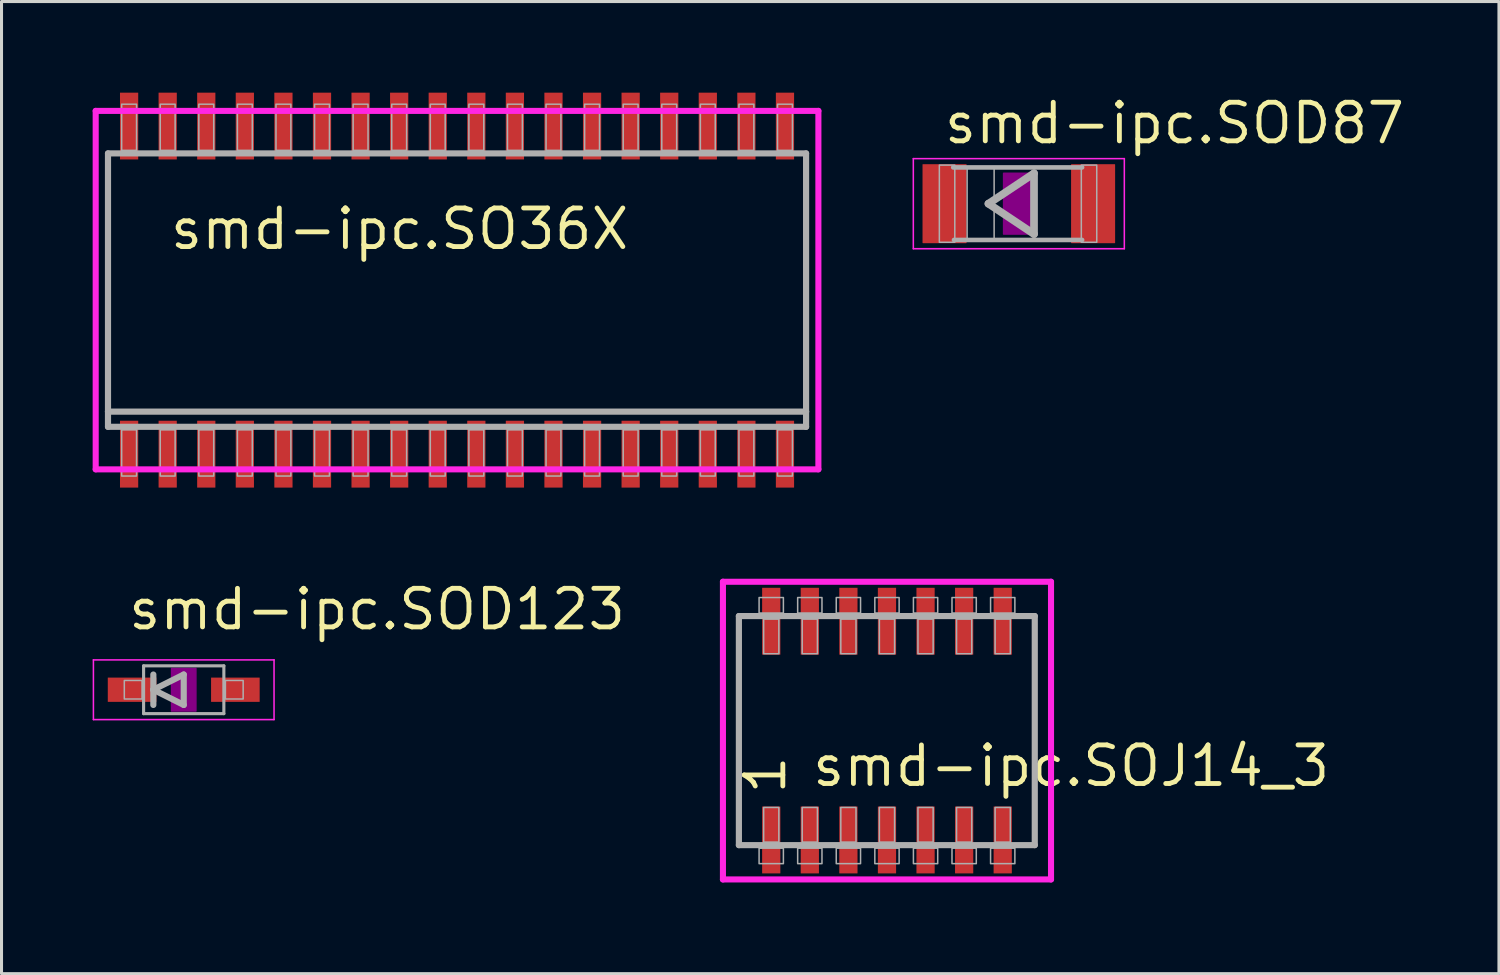
<source format=kicad_pcb>
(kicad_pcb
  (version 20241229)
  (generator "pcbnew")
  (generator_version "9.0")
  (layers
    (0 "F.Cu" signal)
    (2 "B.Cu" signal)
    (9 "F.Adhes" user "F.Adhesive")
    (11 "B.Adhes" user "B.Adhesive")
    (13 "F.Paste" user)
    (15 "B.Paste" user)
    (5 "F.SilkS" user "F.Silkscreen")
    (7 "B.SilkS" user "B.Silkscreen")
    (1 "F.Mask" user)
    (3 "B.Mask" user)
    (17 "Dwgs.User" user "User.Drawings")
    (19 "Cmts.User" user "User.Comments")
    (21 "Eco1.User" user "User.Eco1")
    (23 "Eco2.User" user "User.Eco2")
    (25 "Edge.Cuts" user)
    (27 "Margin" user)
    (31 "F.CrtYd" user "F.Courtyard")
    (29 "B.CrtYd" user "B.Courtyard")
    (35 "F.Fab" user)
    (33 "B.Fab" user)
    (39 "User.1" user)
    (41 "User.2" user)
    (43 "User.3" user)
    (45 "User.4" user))
  (footprint "smd-ipc.SOJ14_3"
    (layer "F.Cu")
    (at 26.148 21)
    (property "Reference" "smd-ipc.SOJ14_3" (at -2.54 1.905 0) (layer "F.SilkS") (effects (font (size 1.27 1.27) (thickness 0.16)) (justify left bottom)))
    (attr smd)
    (fp_line (start -5.4 -4.9) (end 5.4 -4.9) (stroke (width 0.2) (type default)) (layer "F.CrtYd"))
    (fp_line (start -5.4 4.9) (end -5.4 -4.9) (stroke (width 0.2) (type default)) (layer "F.CrtYd"))
    (fp_line (start 5.4 -4.9) (end 5.4 4.9) (stroke (width 0.2) (type default)) (layer "F.CrtYd"))
    (fp_line (start 5.4 4.9) (end -5.4 4.9) (stroke (width 0.2) (type default)) (layer "F.CrtYd"))
    (fp_line (start -4.875 -3.77) (end 4.865 -3.77) (stroke (width 0.203) (type default)) (layer "F.Fab"))
    (fp_line (start -4.875 3.77) (end -4.875 -3.77) (stroke (width 0.203) (type default)) (layer "F.Fab"))
    (fp_line (start 4.865 -3.77) (end 4.865 3.77) (stroke (width 0.203) (type default)) (layer "F.Fab"))
    (fp_line (start 4.865 3.77) (end -4.875 3.77) (stroke (width 0.203) (type default)) (layer "F.Fab"))
    (fp_rect (start -4.21 -3.87) (end -3.41 -4.38) (stroke (width 0.05) (type default)) (fill no) (layer "F.Fab"))
    (fp_rect (start -4.21 4.38) (end -3.41 3.87) (stroke (width 0.05) (type default)) (fill no) (layer "F.Fab"))
    (fp_rect (start -4.06 -2.53) (end -3.56 -3.67) (stroke (width 0.05) (type default)) (fill no) (layer "F.Fab"))
    (fp_rect (start -4.06 3.67) (end -3.56 2.53) (stroke (width 0.05) (type default)) (fill no) (layer "F.Fab"))
    (fp_rect (start -2.94 -3.87) (end -2.14 -4.38) (stroke (width 0.05) (type default)) (fill no) (layer "F.Fab"))
    (fp_rect (start -2.94 4.38) (end -2.14 3.87) (stroke (width 0.05) (type default)) (fill no) (layer "F.Fab"))
    (fp_rect (start -2.79 -2.53) (end -2.29 -3.67) (stroke (width 0.05) (type default)) (fill no) (layer "F.Fab"))
    (fp_rect (start -2.79 3.67) (end -2.29 2.53) (stroke (width 0.05) (type default)) (fill no) (layer "F.Fab"))
    (fp_rect (start -1.67 -3.87) (end -0.87 -4.38) (stroke (width 0.05) (type default)) (fill no) (layer "F.Fab"))
    (fp_rect (start -1.67 4.38) (end -0.87 3.87) (stroke (width 0.05) (type default)) (fill no) (layer "F.Fab"))
    (fp_rect (start -1.52 -2.53) (end -1.02 -3.67) (stroke (width 0.05) (type default)) (fill no) (layer "F.Fab"))
    (fp_rect (start -1.52 3.67) (end -1.02 2.53) (stroke (width 0.05) (type default)) (fill no) (layer "F.Fab"))
    (fp_rect (start -0.4 -3.87) (end 0.4 -4.38) (stroke (width 0.05) (type default)) (fill no) (layer "F.Fab"))
    (fp_rect (start -0.4 4.38) (end 0.4 3.87) (stroke (width 0.05) (type default)) (fill no) (layer "F.Fab"))
    (fp_rect (start -0.25 -2.53) (end 0.25 -3.67) (stroke (width 0.05) (type default)) (fill no) (layer "F.Fab"))
    (fp_rect (start -0.25 3.67) (end 0.25 2.53) (stroke (width 0.05) (type default)) (fill no) (layer "F.Fab"))
    (fp_rect (start 0.87 -3.87) (end 1.67 -4.38) (stroke (width 0.05) (type default)) (fill no) (layer "F.Fab"))
    (fp_rect (start 0.87 4.38) (end 1.67 3.87) (stroke (width 0.05) (type default)) (fill no) (layer "F.Fab"))
    (fp_rect (start 1.02 -2.53) (end 1.52 -3.67) (stroke (width 0.05) (type default)) (fill no) (layer "F.Fab"))
    (fp_rect (start 1.02 3.67) (end 1.52 2.53) (stroke (width 0.05) (type default)) (fill no) (layer "F.Fab"))
    (fp_rect (start 2.14 -3.87) (end 2.94 -4.38) (stroke (width 0.05) (type default)) (fill no) (layer "F.Fab"))
    (fp_rect (start 2.14 4.38) (end 2.94 3.87) (stroke (width 0.05) (type default)) (fill no) (layer "F.Fab"))
    (fp_rect (start 2.29 -2.53) (end 2.79 -3.67) (stroke (width 0.05) (type default)) (fill no) (layer "F.Fab"))
    (fp_rect (start 2.29 3.67) (end 2.79 2.53) (stroke (width 0.05) (type default)) (fill no) (layer "F.Fab"))
    (fp_rect (start 3.41 -3.87) (end 4.21 -4.38) (stroke (width 0.05) (type default)) (fill no) (layer "F.Fab"))
    (fp_rect (start 3.41 4.38) (end 4.21 3.87) (stroke (width 0.05) (type default)) (fill no) (layer "F.Fab"))
    (fp_rect (start 3.56 -2.53) (end 4.06 -3.67) (stroke (width 0.05) (type default)) (fill no) (layer "F.Fab"))
    (fp_rect (start 3.56 3.67) (end 4.06 2.53) (stroke (width 0.05) (type default)) (fill no) (layer "F.Fab"))
    (fp_text user "1" (at -3.265 2.17 90) (layer "F.SilkS") (effects (font (size 1.27 1.27) (thickness 0.16)) (justify left bottom)))
    (pad "1" smd roundrect (at -3.81 3.6) (size 0.6 2.2) (layers "F.Cu" "F.Mask" "F.Paste") (roundrect_rratio 0.01))
    (pad "2" smd roundrect (at -2.54 3.6) (size 0.6 2.2) (layers "F.Cu" "F.Mask" "F.Paste") (roundrect_rratio 0.01))
    (pad "3" smd roundrect (at -1.27 3.6) (size 0.6 2.2) (layers "F.Cu" "F.Mask" "F.Paste") (roundrect_rratio 0.01))
    (pad "4" smd roundrect (at 0 3.6) (size 0.6 2.2) (layers "F.Cu" "F.Mask" "F.Paste") (roundrect_rratio 0.01))
    (pad "5" smd roundrect (at 1.27 3.6) (size 0.6 2.2) (layers "F.Cu" "F.Mask" "F.Paste") (roundrect_rratio 0.01))
    (pad "6" smd roundrect (at 2.54 3.6) (size 0.6 2.2) (layers "F.Cu" "F.Mask" "F.Paste") (roundrect_rratio 0.01))
    (pad "7" smd roundrect (at 3.81 3.6) (size 0.6 2.2) (layers "F.Cu" "F.Mask" "F.Paste") (roundrect_rratio 0.01))
    (pad "8" smd roundrect (at 3.81 -3.6) (size 0.6 2.2) (layers "F.Cu" "F.Mask" "F.Paste") (roundrect_rratio 0.01))
    (pad "9" smd roundrect (at 2.54 -3.6) (size 0.6 2.2) (layers "F.Cu" "F.Mask" "F.Paste") (roundrect_rratio 0.01))
    (pad "10" smd roundrect (at 1.27 -3.6) (size 0.6 2.2) (layers "F.Cu" "F.Mask" "F.Paste") (roundrect_rratio 0.01))
    (pad "11" smd roundrect (at 0 -3.6) (size 0.6 2.2) (layers "F.Cu" "F.Mask" "F.Paste") (roundrect_rratio 0.01))
    (pad "12" smd roundrect (at -1.27 -3.6) (size 0.6 2.2) (layers "F.Cu" "F.Mask" "F.Paste") (roundrect_rratio 0.01))
    (pad "13" smd roundrect (at -2.54 -3.6) (size 0.6 2.2) (layers "F.Cu" "F.Mask" "F.Paste") (roundrect_rratio 0.01))
    (pad "14" smd roundrect (at -3.81 -3.6) (size 0.6 2.2) (layers "F.Cu" "F.Mask" "F.Paste") (roundrect_rratio 0.01)))
  (footprint "smd-ipc.SOD123"
    (layer "F.Cu")
    (at 2.998 19.655)
    (property "Reference" "smd-ipc.SOD123" (at -1.905 -1.905 0) (layer "F.SilkS") (effects (font (size 1.27 1.27) (thickness 0.16)) (justify left bottom)))
    (attr smd)
    (fp_rect (start -0.4 0.7) (end 0.4 -0.7) (stroke (width 0.05) (type default)) (fill yes) (layer "F.Adhes"))
    (fp_line (start -2.973 -0.983) (end 2.973 -0.983) (stroke (width 0.051) (type default)) (layer "F.CrtYd"))
    (fp_line (start -2.973 0.983) (end -2.973 -0.983) (stroke (width 0.051) (type default)) (layer "F.CrtYd"))
    (fp_line (start 2.973 -0.983) (end 2.973 0.983) (stroke (width 0.051) (type default)) (layer "F.CrtYd"))
    (fp_line (start 2.973 0.983) (end -2.973 0.983) (stroke (width 0.051) (type default)) (layer "F.CrtYd"))
    (fp_line (start -1.321 -0.787) (end 1.321 -0.787) (stroke (width 0.102) (type default)) (layer "F.Fab"))
    (fp_line (start -1.321 0.787) (end -1.321 -0.787) (stroke (width 0.102) (type default)) (layer "F.Fab"))
    (fp_line (start -1.321 0.787) (end 1.321 0.787) (stroke (width 0.102) (type default)) (layer "F.Fab"))
    (fp_line (start -1 -0.5) (end -1 0) (stroke (width 0.203) (type default)) (layer "F.Fab"))
    (fp_line (start -1 0) (end -1 0.5) (stroke (width 0.203) (type default)) (layer "F.Fab"))
    (fp_line (start -1 0) (end 0 -0.5) (stroke (width 0.203) (type default)) (layer "F.Fab"))
    (fp_line (start 0 -0.5) (end 0 0.5) (stroke (width 0.203) (type default)) (layer "F.Fab"))
    (fp_line (start 0 0.5) (end -1 0) (stroke (width 0.203) (type default)) (layer "F.Fab"))
    (fp_line (start 1.321 0.787) (end 1.321 -0.787) (stroke (width 0.102) (type default)) (layer "F.Fab"))
    (fp_rect (start -1.956 0.305) (end -1.372 -0.305) (stroke (width 0.05) (type default)) (fill no) (layer "F.Fab"))
    (fp_rect (start 1.372 0.305) (end 1.956 -0.305) (stroke (width 0.05) (type default)) (fill no) (layer "F.Fab"))
    (pad "1" smd roundrect (at -1.7 0) (size 1.6 0.8) (layers "F.Cu" "F.Mask" "F.Paste") (roundrect_rratio 0.01))
    (pad "2" smd roundrect (at 1.7 0) (size 1.6 0.8) (layers "F.Cu" "F.Mask" "F.Paste") (roundrect_rratio 0.01)))
  (footprint "smd-ipc.SOD87"
    (layer "F.Cu")
    (at 30.488 3.655)
    (property "Reference" "smd-ipc.SOD87" (at -2.54 -1.905 0) (layer "F.SilkS") (effects (font (size 1.27 1.27) (thickness 0.16)) (justify left bottom)))
    (attr smd)
    (fp_rect (start -0.5 1) (end 0.5 -1) (stroke (width 0.05) (type default)) (fill yes) (layer "F.Adhes"))
    (fp_line (start -3.473 -1.483) (end 3.473 -1.483) (stroke (width 0.051) (type default)) (layer "F.CrtYd"))
    (fp_line (start -3.473 1.483) (end -3.473 -1.483) (stroke (width 0.051) (type default)) (layer "F.CrtYd"))
    (fp_line (start 3.473 -1.483) (end 3.473 1.483) (stroke (width 0.051) (type default)) (layer "F.CrtYd"))
    (fp_line (start 3.473 1.483) (end -3.473 1.483) (stroke (width 0.051) (type default)) (layer "F.CrtYd"))
    (fp_line (start -1 0) (end 0.5 -1) (stroke (width 0.254) (type default)) (layer "F.Fab"))
    (fp_line (start 0.5 -1) (end 0.5 1) (stroke (width 0.254) (type default)) (layer "F.Fab"))
    (fp_line (start 0.5 1) (end -1 0) (stroke (width 0.254) (type default)) (layer "F.Fab"))
    (fp_line (start 2.083 -1.194) (end -2.159 -1.194) (stroke (width 0.152) (type default)) (layer "F.Fab"))
    (fp_line (start 2.083 1.194) (end -2.134 1.194) (stroke (width 0.152) (type default)) (layer "F.Fab"))
    (fp_rect (start -2.616 1.27) (end -2.108 -1.27) (stroke (width 0.05) (type default)) (fill no) (layer "F.Fab"))
    (fp_rect (start -1.702 1.194) (end -0.813 -1.194) (stroke (width 0.05) (type default)) (fill no) (layer "F.Fab"))
    (fp_rect (start 2.057 1.27) (end 2.565 -1.27) (stroke (width 0.05) (type default)) (fill no) (layer "F.Fab"))
    (pad "1" smd roundrect (at -2.445 0) (size 1.45 2.6) (layers "F.Cu" "F.Mask" "F.Paste") (roundrect_rratio 0.01))
    (pad "2" smd roundrect (at 2.445 0) (size 1.45 2.6) (layers "F.Cu" "F.Mask" "F.Paste") (roundrect_rratio 0.01)))
  (footprint "smd-ipc.SO36X"
    (layer "F.Cu")
    (at 11.995 6.5)
    (property "Reference" "smd-ipc.SO36X" (at -9.525 -1.27 0) (layer "F.SilkS") (effects (font (size 1.27 1.27) (thickness 0.16)) (justify left bottom)))
    (attr smd)
    (fp_line (start -11.895 -5.9) (end 11.895 -5.9) (stroke (width 0.2) (type default)) (layer "F.CrtYd"))
    (fp_line (start -11.895 5.9) (end -11.895 -5.9) (stroke (width 0.2) (type default)) (layer "F.CrtYd"))
    (fp_line (start 11.895 -5.9) (end 11.895 5.9) (stroke (width 0.2) (type default)) (layer "F.CrtYd"))
    (fp_line (start 11.895 5.9) (end -11.895 5.9) (stroke (width 0.2) (type default)) (layer "F.CrtYd"))
    (fp_line (start -11.49 -4.5) (end 11.49 -4.5) (stroke (width 0.203) (type default)) (layer "F.Fab"))
    (fp_line (start -11.49 4) (end -11.49 -4.5) (stroke (width 0.203) (type default)) (layer "F.Fab"))
    (fp_line (start -11.49 4.5) (end -11.49 4) (stroke (width 0.203) (type default)) (layer "F.Fab"))
    (fp_line (start 11.49 -4.5) (end 11.49 4) (stroke (width 0.203) (type default)) (layer "F.Fab"))
    (fp_line (start 11.49 4) (end -11.49 4) (stroke (width 0.203) (type default)) (layer "F.Fab"))
    (fp_line (start 11.49 4) (end 11.49 4.5) (stroke (width 0.203) (type default)) (layer "F.Fab"))
    (fp_line (start 11.49 4.5) (end -11.49 4.5) (stroke (width 0.203) (type default)) (layer "F.Fab"))
    (fp_rect (start -11.04 -4.6) (end -10.55 -6.12) (stroke (width 0.05) (type default)) (fill no) (layer "F.Fab"))
    (fp_rect (start -11.04 6.12) (end -10.55 4.6) (stroke (width 0.05) (type default)) (fill no) (layer "F.Fab"))
    (fp_rect (start -9.77 -4.6) (end -9.28 -6.12) (stroke (width 0.05) (type default)) (fill no) (layer "F.Fab"))
    (fp_rect (start -9.77 6.12) (end -9.28 4.6) (stroke (width 0.05) (type default)) (fill no) (layer "F.Fab"))
    (fp_rect (start -8.5 -4.6) (end -8.01 -6.12) (stroke (width 0.05) (type default)) (fill no) (layer "F.Fab"))
    (fp_rect (start -8.5 6.12) (end -8.01 4.6) (stroke (width 0.05) (type default)) (fill no) (layer "F.Fab"))
    (fp_rect (start -7.23 -4.6) (end -6.74 -6.12) (stroke (width 0.05) (type default)) (fill no) (layer "F.Fab"))
    (fp_rect (start -7.23 6.12) (end -6.74 4.6) (stroke (width 0.05) (type default)) (fill no) (layer "F.Fab"))
    (fp_rect (start -5.96 -4.6) (end -5.47 -6.12) (stroke (width 0.05) (type default)) (fill no) (layer "F.Fab"))
    (fp_rect (start -5.96 6.12) (end -5.47 4.6) (stroke (width 0.05) (type default)) (fill no) (layer "F.Fab"))
    (fp_rect (start -4.69 -4.6) (end -4.2 -6.12) (stroke (width 0.05) (type default)) (fill no) (layer "F.Fab"))
    (fp_rect (start -4.69 6.12) (end -4.2 4.6) (stroke (width 0.05) (type default)) (fill no) (layer "F.Fab"))
    (fp_rect (start -3.42 -4.6) (end -2.93 -6.12) (stroke (width 0.05) (type default)) (fill no) (layer "F.Fab"))
    (fp_rect (start -3.42 6.12) (end -2.93 4.6) (stroke (width 0.05) (type default)) (fill no) (layer "F.Fab"))
    (fp_rect (start -2.15 -4.6) (end -1.66 -6.12) (stroke (width 0.05) (type default)) (fill no) (layer "F.Fab"))
    (fp_rect (start -2.15 6.12) (end -1.66 4.6) (stroke (width 0.05) (type default)) (fill no) (layer "F.Fab"))
    (fp_rect (start -0.88 -4.6) (end -0.39 -6.12) (stroke (width 0.05) (type default)) (fill no) (layer "F.Fab"))
    (fp_rect (start -0.88 6.12) (end -0.39 4.6) (stroke (width 0.05) (type default)) (fill no) (layer "F.Fab"))
    (fp_rect (start 0.39 -4.6) (end 0.88 -6.12) (stroke (width 0.05) (type default)) (fill no) (layer "F.Fab"))
    (fp_rect (start 0.39 6.12) (end 0.88 4.6) (stroke (width 0.05) (type default)) (fill no) (layer "F.Fab"))
    (fp_rect (start 1.66 -4.6) (end 2.15 -6.12) (stroke (width 0.05) (type default)) (fill no) (layer "F.Fab"))
    (fp_rect (start 1.66 6.12) (end 2.15 4.6) (stroke (width 0.05) (type default)) (fill no) (layer "F.Fab"))
    (fp_rect (start 2.93 -4.6) (end 3.42 -6.12) (stroke (width 0.05) (type default)) (fill no) (layer "F.Fab"))
    (fp_rect (start 2.93 6.12) (end 3.42 4.6) (stroke (width 0.05) (type default)) (fill no) (layer "F.Fab"))
    (fp_rect (start 4.2 -4.6) (end 4.69 -6.12) (stroke (width 0.05) (type default)) (fill no) (layer "F.Fab"))
    (fp_rect (start 4.2 6.12) (end 4.69 4.6) (stroke (width 0.05) (type default)) (fill no) (layer "F.Fab"))
    (fp_rect (start 5.47 -4.6) (end 5.96 -6.12) (stroke (width 0.05) (type default)) (fill no) (layer "F.Fab"))
    (fp_rect (start 5.47 6.12) (end 5.96 4.6) (stroke (width 0.05) (type default)) (fill no) (layer "F.Fab"))
    (fp_rect (start 6.74 -4.6) (end 7.23 -6.12) (stroke (width 0.05) (type default)) (fill no) (layer "F.Fab"))
    (fp_rect (start 6.74 6.12) (end 7.23 4.6) (stroke (width 0.05) (type default)) (fill no) (layer "F.Fab"))
    (fp_rect (start 8.01 -4.6) (end 8.5 -6.12) (stroke (width 0.05) (type default)) (fill no) (layer "F.Fab"))
    (fp_rect (start 8.01 6.12) (end 8.5 4.6) (stroke (width 0.05) (type default)) (fill no) (layer "F.Fab"))
    (fp_rect (start 9.28 -4.6) (end 9.77 -6.12) (stroke (width 0.05) (type default)) (fill no) (layer "F.Fab"))
    (fp_rect (start 9.28 6.12) (end 9.77 4.6) (stroke (width 0.05) (type default)) (fill no) (layer "F.Fab"))
    (fp_rect (start 10.55 -4.6) (end 11.04 -6.12) (stroke (width 0.05) (type default)) (fill no) (layer "F.Fab"))
    (fp_rect (start 10.55 6.12) (end 11.04 4.6) (stroke (width 0.05) (type default)) (fill no) (layer "F.Fab"))
    (pad "1" smd roundrect (at -10.795 5.4) (size 0.6 2.2) (layers "F.Cu" "F.Mask" "F.Paste") (roundrect_rratio 0.01))
    (pad "2" smd roundrect (at -9.525 5.4) (size 0.6 2.2) (layers "F.Cu" "F.Mask" "F.Paste") (roundrect_rratio 0.01))
    (pad "3" smd roundrect (at -8.255 5.4) (size 0.6 2.2) (layers "F.Cu" "F.Mask" "F.Paste") (roundrect_rratio 0.01))
    (pad "4" smd roundrect (at -6.985 5.4) (size 0.6 2.2) (layers "F.Cu" "F.Mask" "F.Paste") (roundrect_rratio 0.01))
    (pad "5" smd roundrect (at -5.715 5.4) (size 0.6 2.2) (layers "F.Cu" "F.Mask" "F.Paste") (roundrect_rratio 0.01))
    (pad "6" smd roundrect (at -4.445 5.4) (size 0.6 2.2) (layers "F.Cu" "F.Mask" "F.Paste") (roundrect_rratio 0.01))
    (pad "7" smd roundrect (at -3.175 5.4) (size 0.6 2.2) (layers "F.Cu" "F.Mask" "F.Paste") (roundrect_rratio 0.01))
    (pad "8" smd roundrect (at -1.905 5.4) (size 0.6 2.2) (layers "F.Cu" "F.Mask" "F.Paste") (roundrect_rratio 0.01))
    (pad "9" smd roundrect (at -0.635 5.4) (size 0.6 2.2) (layers "F.Cu" "F.Mask" "F.Paste") (roundrect_rratio 0.01))
    (pad "10" smd roundrect (at 0.635 5.4) (size 0.6 2.2) (layers "F.Cu" "F.Mask" "F.Paste") (roundrect_rratio 0.01))
    (pad "11" smd roundrect (at 1.905 5.4) (size 0.6 2.2) (layers "F.Cu" "F.Mask" "F.Paste") (roundrect_rratio 0.01))
    (pad "12" smd roundrect (at 3.175 5.4) (size 0.6 2.2) (layers "F.Cu" "F.Mask" "F.Paste") (roundrect_rratio 0.01))
    (pad "13" smd roundrect (at 4.445 5.4) (size 0.6 2.2) (layers "F.Cu" "F.Mask" "F.Paste") (roundrect_rratio 0.01))
    (pad "14" smd roundrect (at 5.715 5.4) (size 0.6 2.2) (layers "F.Cu" "F.Mask" "F.Paste") (roundrect_rratio 0.01))
    (pad "15" smd roundrect (at 6.985 5.4) (size 0.6 2.2) (layers "F.Cu" "F.Mask" "F.Paste") (roundrect_rratio 0.01))
    (pad "16" smd roundrect (at 8.255 5.4) (size 0.6 2.2) (layers "F.Cu" "F.Mask" "F.Paste") (roundrect_rratio 0.01))
    (pad "17" smd roundrect (at 9.525 5.4) (size 0.6 2.2) (layers "F.Cu" "F.Mask" "F.Paste") (roundrect_rratio 0.01))
    (pad "18" smd roundrect (at 10.795 5.4) (size 0.6 2.2) (layers "F.Cu" "F.Mask" "F.Paste") (roundrect_rratio 0.01))
    (pad "19" smd roundrect (at 10.795 -5.4) (size 0.6 2.2) (layers "F.Cu" "F.Mask" "F.Paste") (roundrect_rratio 0.01))
    (pad "20" smd roundrect (at 9.525 -5.4) (size 0.6 2.2) (layers "F.Cu" "F.Mask" "F.Paste") (roundrect_rratio 0.01))
    (pad "21" smd roundrect (at 8.255 -5.4) (size 0.6 2.2) (layers "F.Cu" "F.Mask" "F.Paste") (roundrect_rratio 0.01))
    (pad "22" smd roundrect (at 6.985 -5.4) (size 0.6 2.2) (layers "F.Cu" "F.Mask" "F.Paste") (roundrect_rratio 0.01))
    (pad "23" smd roundrect (at 5.715 -5.4) (size 0.6 2.2) (layers "F.Cu" "F.Mask" "F.Paste") (roundrect_rratio 0.01))
    (pad "24" smd roundrect (at 4.445 -5.4) (size 0.6 2.2) (layers "F.Cu" "F.Mask" "F.Paste") (roundrect_rratio 0.01))
    (pad "25" smd roundrect (at 3.175 -5.4) (size 0.6 2.2) (layers "F.Cu" "F.Mask" "F.Paste") (roundrect_rratio 0.01))
    (pad "26" smd roundrect (at 1.905 -5.4) (size 0.6 2.2) (layers "F.Cu" "F.Mask" "F.Paste") (roundrect_rratio 0.01))
    (pad "27" smd roundrect (at 0.635 -5.4) (size 0.6 2.2) (layers "F.Cu" "F.Mask" "F.Paste") (roundrect_rratio 0.01))
    (pad "28" smd roundrect (at -0.635 -5.4) (size 0.6 2.2) (layers "F.Cu" "F.Mask" "F.Paste") (roundrect_rratio 0.01))
    (pad "29" smd roundrect (at -1.905 -5.4) (size 0.6 2.2) (layers "F.Cu" "F.Mask" "F.Paste") (roundrect_rratio 0.01))
    (pad "30" smd roundrect (at -3.175 -5.4) (size 0.6 2.2) (layers "F.Cu" "F.Mask" "F.Paste") (roundrect_rratio 0.01))
    (pad "31" smd roundrect (at -4.445 -5.4) (size 0.6 2.2) (layers "F.Cu" "F.Mask" "F.Paste") (roundrect_rratio 0.01))
    (pad "32" smd roundrect (at -5.715 -5.4) (size 0.6 2.2) (layers "F.Cu" "F.Mask" "F.Paste") (roundrect_rratio 0.01))
    (pad "33" smd roundrect (at -6.985 -5.4) (size 0.6 2.2) (layers "F.Cu" "F.Mask" "F.Paste") (roundrect_rratio 0.01))
    (pad "34" smd roundrect (at -8.255 -5.4) (size 0.6 2.2) (layers "F.Cu" "F.Mask" "F.Paste") (roundrect_rratio 0.01))
    (pad "35" smd roundrect (at -9.525 -5.4) (size 0.6 2.2) (layers "F.Cu" "F.Mask" "F.Paste") (roundrect_rratio 0.01))
    (pad "36" smd roundrect (at -10.795 -5.4) (size 0.6 2.2) (layers "F.Cu" "F.Mask" "F.Paste") (roundrect_rratio 0.01)))
  (gr_rect
    (start -3 -3)
    (end 46.293 29)
    (stroke (width 0.1) (type default))
    (fill no)
    (layer "Edge.Cuts")))
</source>
